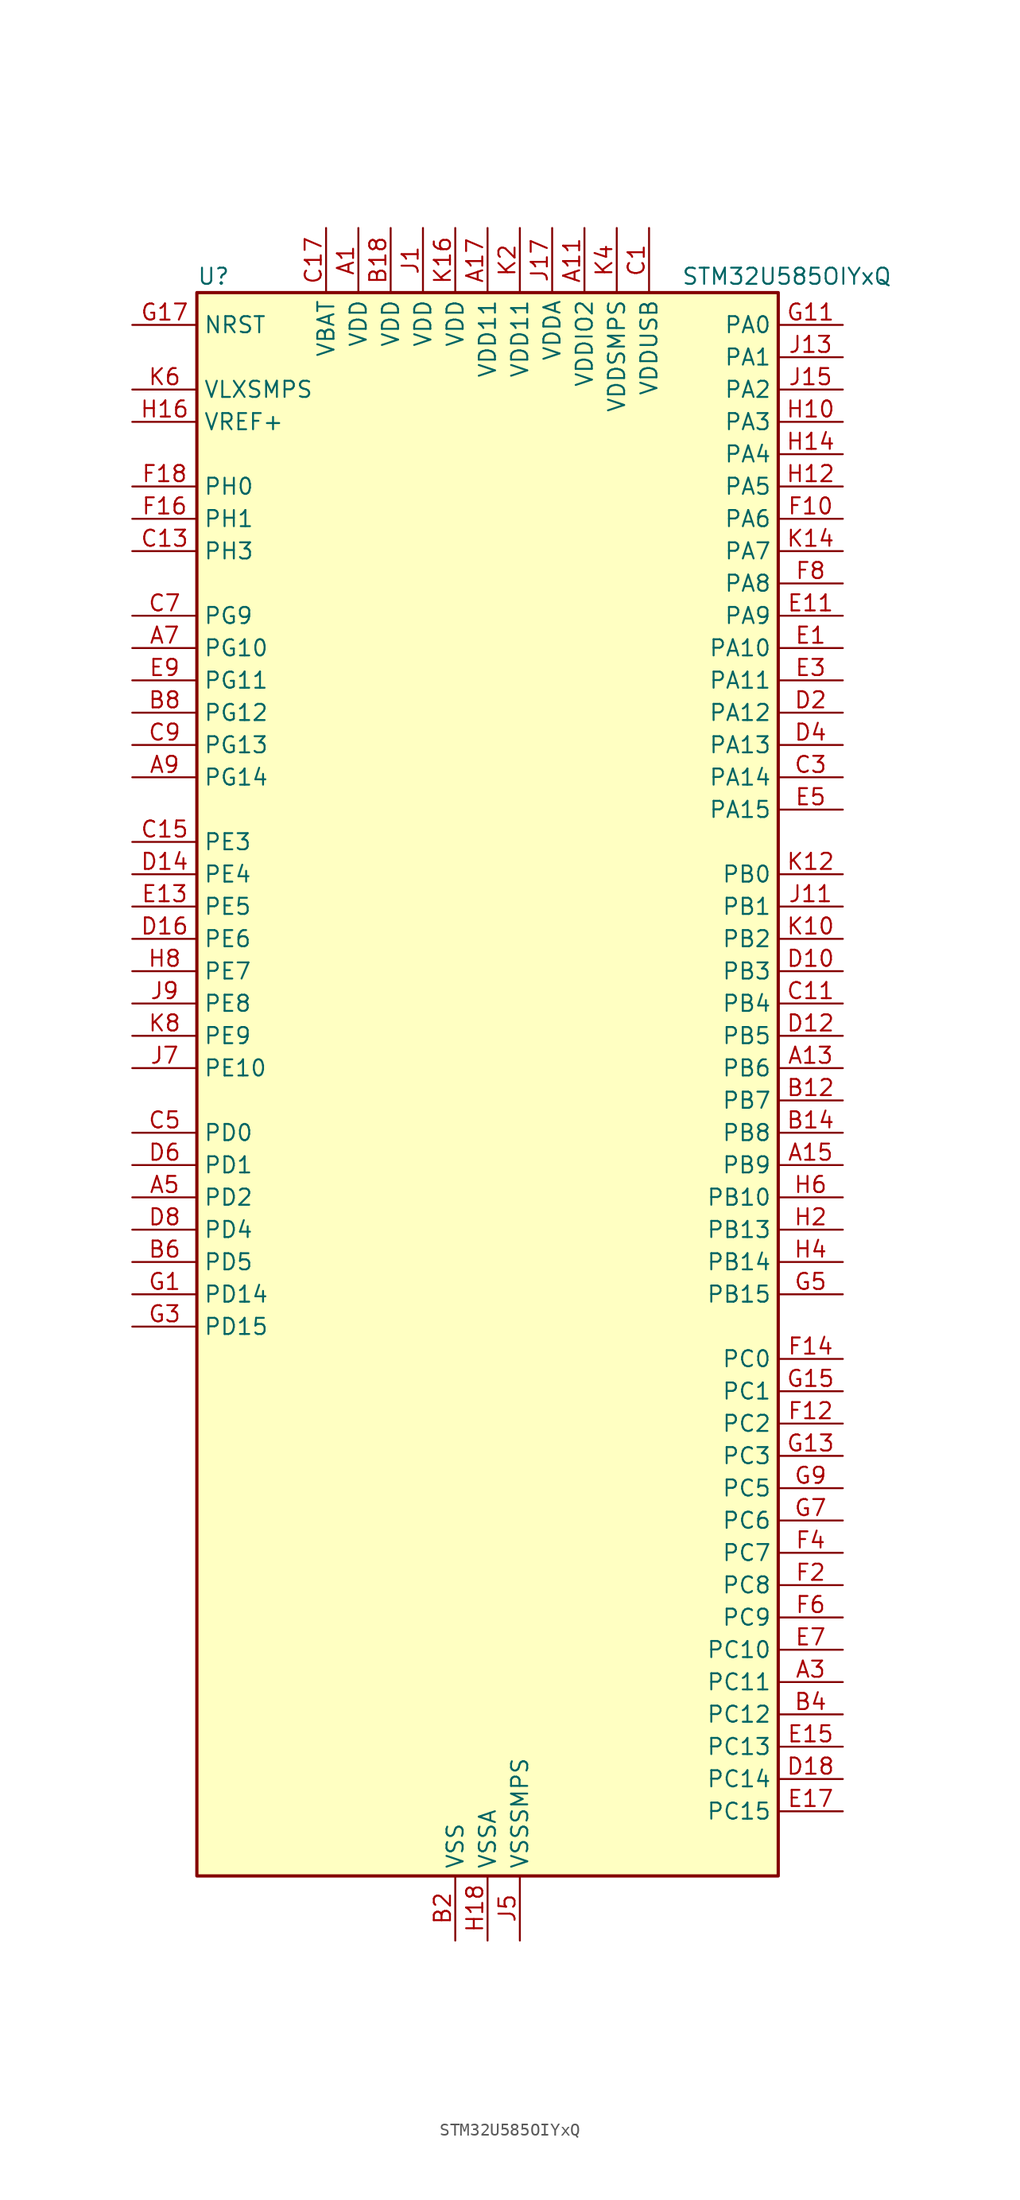
<source format=kicad_sym>
(kicad_symbol_lib
  (version 20211014)
  (generator kicad-library-utils)
  (symbol "STM32U585OIYxQ"
    (property "Reference" "U"
      (at -22.86 64.77 0)
      (effects (font (size 1.27 1.27)) (justify left)))
    (property "Value" "STM32U585OIYxQ"
      (at 15.24 64.77 0)
      (effects (font (size 1.27 1.27)) (justify left)))
    (property "ki_fp_filters" "*"
      (at 0.0 0.0 0.0)
      (effects (font (size 1.27 1.27))))
    (symbol "STM32U585OIYxQ_0_1"
      (rectangle (start -22.86 -60.96) (end 22.86 63.5) (stroke (width 0.254)) (fill (type background))))
    (symbol "STM32U585OIYxQ_1_1"
      (pin input line (at -27.94 60.96 0) (length 5.08) (name "NRST" (effects (font (size 1.27 1.27)))) (number "G17" (effects (font (size 1.27 1.27)))))
      (pin power_in line (at -27.94 55.88 0) (length 5.08) (name "VLXSMPS" (effects (font (size 1.27 1.27)))) (number "K6" (effects (font (size 1.27 1.27)))))
      (pin input line (at -27.94 53.34 0) (length 5.08) (name "VREF+" (effects (font (size 1.27 1.27)))) (number "H16" (effects (font (size 1.27 1.27)))) (alternate "VREFBUF_OUT" bidirectional line))
      (pin bidirectional line (at -27.94 48.26 0) (length 5.08) (name "PH0" (effects (font (size 1.27 1.27)))) (number "F18" (effects (font (size 1.27 1.27)))) (alternate "RCC_OSC_IN" bidirectional line))
      (pin bidirectional line (at -27.94 45.72 0) (length 5.08) (name "PH1" (effects (font (size 1.27 1.27)))) (number "F16" (effects (font (size 1.27 1.27)))) (alternate "RCC_OSC_OUT" bidirectional line))
      (pin bidirectional line (at -27.94 43.18 0) (length 5.08) (name "PH3" (effects (font (size 1.27 1.27)))) (number "C13" (effects (font (size 1.27 1.27)))))
      (pin bidirectional line (at -27.94 38.1 0) (length 5.08) (name "PG9" (effects (font (size 1.27 1.27)))) (number "C7" (effects (font (size 1.27 1.27)))) (alternate "DAC1_EXTI9" bidirectional line) (alternate "FMC_NCE" bidirectional line) (alternate "FMC_NE2" bidirectional line) (alternate "OCTOSPIM_P2_IO6" bidirectional line) (alternate "SPI3_SCK" bidirectional line) (alternate "TIM15_CH1N" bidirectional line) (alternate "USART1_TX" bidirectional line))
      (pin bidirectional line (at -27.94 35.56 0) (length 5.08) (name "PG10" (effects (font (size 1.27 1.27)))) (number "A7" (effects (font (size 1.27 1.27)))) (alternate "FMC_NE3" bidirectional line) (alternate "LPTIM1_IN1" bidirectional line) (alternate "OCTOSPIM_P2_IO7" bidirectional line) (alternate "SPI3_MISO" bidirectional line) (alternate "TIM15_CH1" bidirectional line) (alternate "USART1_RX" bidirectional line))
      (pin bidirectional line (at -27.94 33.02 0) (length 5.08) (name "PG11" (effects (font (size 1.27 1.27)))) (number "E9" (effects (font (size 1.27 1.27)))) (alternate "ADC1_EXTI11" bidirectional line) (alternate "LPTIM1_IN2" bidirectional line) (alternate "OCTOSPIM_P1_IO5" bidirectional line) (alternate "SPI3_MOSI" bidirectional line) (alternate "TIM15_CH2" bidirectional line) (alternate "USART1_CTS" bidirectional line))
      (pin bidirectional line (at -27.94 30.48 0) (length 5.08) (name "PG12" (effects (font (size 1.27 1.27)))) (number "B8" (effects (font (size 1.27 1.27)))) (alternate "FMC_NE4" bidirectional line) (alternate "LPTIM1_ETR" bidirectional line) (alternate "OCTOSPIM_P2_NCS" bidirectional line) (alternate "SPI3_NSS" bidirectional line) (alternate "USART1_DE" bidirectional line) (alternate "USART1_RTS" bidirectional line))
      (pin bidirectional line (at -27.94 27.94 0) (length 5.08) (name "PG13" (effects (font (size 1.27 1.27)))) (number "C9" (effects (font (size 1.27 1.27)))) (alternate "FMC_A24" bidirectional line) (alternate "I2C1_SDA" bidirectional line) (alternate "SPI3_RDY" bidirectional line) (alternate "USART1_CK" bidirectional line))
      (pin bidirectional line (at -27.94 25.4 0) (length 5.08) (name "PG14" (effects (font (size 1.27 1.27)))) (number "A9" (effects (font (size 1.27 1.27)))) (alternate "FMC_A25" bidirectional line) (alternate "I2C1_SCL" bidirectional line) (alternate "LPTIM1_CH2" bidirectional line))
      (pin bidirectional line (at -27.94 20.32 0) (length 5.08) (name "PE3" (effects (font (size 1.27 1.27)))) (number "C15" (effects (font (size 1.27 1.27)))) (alternate "DEBUG_TRACED0" bidirectional line) (alternate "FMC_A19" bidirectional line) (alternate "OCTOSPIM_P1_DQS" bidirectional line) (alternate "SAI1_SD_B" bidirectional line) (alternate "TAMP_IN6" bidirectional line) (alternate "TAMP_OUT3" bidirectional line) (alternate "TIM3_CH1" bidirectional line) (alternate "TSC_G7_IO2" bidirectional line))
      (pin bidirectional line (at -27.94 17.78 0) (length 5.08) (name "PE4" (effects (font (size 1.27 1.27)))) (number "D14" (effects (font (size 1.27 1.27)))) (alternate "DCMI_D4" bidirectional line) (alternate "DEBUG_TRACED1" bidirectional line) (alternate "FMC_A20" bidirectional line) (alternate "MDF1_SDI3" bidirectional line) (alternate "PSSI_D4" bidirectional line) (alternate "PWR_WKUP1" bidirectional line) (alternate "SAI1_D2" bidirectional line) (alternate "SAI1_FS_A" bidirectional line) (alternate "TAMP_IN7" bidirectional line) (alternate "TAMP_OUT8" bidirectional line) (alternate "TIM3_CH2" bidirectional line) (alternate "TSC_G7_IO3" bidirectional line))
      (pin bidirectional line (at -27.94 15.24 0) (length 5.08) (name "PE5" (effects (font (size 1.27 1.27)))) (number "E13" (effects (font (size 1.27 1.27)))) (alternate "DCMI_D6" bidirectional line) (alternate "DEBUG_TRACED2" bidirectional line) (alternate "FMC_A21" bidirectional line) (alternate "MDF1_CKI3" bidirectional line) (alternate "PSSI_D6" bidirectional line) (alternate "PWR_WKUP2" bidirectional line) (alternate "SAI1_CK2" bidirectional line) (alternate "SAI1_SCK_A" bidirectional line) (alternate "TAMP_IN8" bidirectional line) (alternate "TAMP_OUT7" bidirectional line) (alternate "TIM3_CH3" bidirectional line) (alternate "TSC_G7_IO4" bidirectional line))
      (pin bidirectional line (at -27.94 12.7 0) (length 5.08) (name "PE6" (effects (font (size 1.27 1.27)))) (number "D16" (effects (font (size 1.27 1.27)))) (alternate "DCMI_D7" bidirectional line) (alternate "DEBUG_TRACED3" bidirectional line) (alternate "FMC_A22" bidirectional line) (alternate "PSSI_D7" bidirectional line) (alternate "PWR_WKUP3" bidirectional line) (alternate "SAI1_D1" bidirectional line) (alternate "SAI1_SD_A" bidirectional line) (alternate "TAMP_IN3" bidirectional line) (alternate "TAMP_OUT6" bidirectional line) (alternate "TIM3_CH4" bidirectional line))
      (pin bidirectional line (at -27.94 10.16 0) (length 5.08) (name "PE7" (effects (font (size 1.27 1.27)))) (number "H8" (effects (font (size 1.27 1.27)))) (alternate "FMC_D4" bidirectional line) (alternate "FMC_DA4" bidirectional line) (alternate "MDF1_SDI2" bidirectional line) (alternate "PWR_WKUP6" bidirectional line) (alternate "SAI1_SD_B" bidirectional line) (alternate "TIM1_ETR" bidirectional line))
      (pin bidirectional line (at -27.94 7.62 0) (length 5.08) (name "PE8" (effects (font (size 1.27 1.27)))) (number "J9" (effects (font (size 1.27 1.27)))) (alternate "FMC_D5" bidirectional line) (alternate "FMC_DA5" bidirectional line) (alternate "MDF1_CKI2" bidirectional line) (alternate "PWR_WKUP7" bidirectional line) (alternate "SAI1_SCK_B" bidirectional line) (alternate "TIM1_CH1N" bidirectional line))
      (pin bidirectional line (at -27.94 5.08 0) (length 5.08) (name "PE9" (effects (font (size 1.27 1.27)))) (number "K8" (effects (font (size 1.27 1.27)))) (alternate "ADF1_CCK0" bidirectional line) (alternate "DAC1_EXTI9" bidirectional line) (alternate "FMC_D6" bidirectional line) (alternate "FMC_DA6" bidirectional line) (alternate "MDF1_CCK0" bidirectional line) (alternate "OCTOSPIM_P1_NCLK" bidirectional line) (alternate "SAI1_FS_B" bidirectional line) (alternate "TIM1_CH1" bidirectional line))
      (pin bidirectional line (at -27.94 2.54 0) (length 5.08) (name "PE10" (effects (font (size 1.27 1.27)))) (number "J7" (effects (font (size 1.27 1.27)))) (alternate "ADF1_SDI0" bidirectional line) (alternate "FMC_D7" bidirectional line) (alternate "FMC_DA7" bidirectional line) (alternate "MDF1_SDI4" bidirectional line) (alternate "OCTOSPIM_P1_CLK" bidirectional line) (alternate "SAI1_MCLK_B" bidirectional line) (alternate "TIM1_CH2N" bidirectional line) (alternate "TSC_G5_IO1" bidirectional line))
      (pin bidirectional line (at -27.94 -2.54 0) (length 5.08) (name "PD0" (effects (font (size 1.27 1.27)))) (number "C5" (effects (font (size 1.27 1.27)))) (alternate "FDCAN1_RX" bidirectional line) (alternate "FMC_D2" bidirectional line) (alternate "FMC_DA2" bidirectional line) (alternate "SPI2_NSS" bidirectional line) (alternate "TIM8_CH4N" bidirectional line))
      (pin bidirectional line (at -27.94 -5.08 0) (length 5.08) (name "PD1" (effects (font (size 1.27 1.27)))) (number "D6" (effects (font (size 1.27 1.27)))) (alternate "FDCAN1_TX" bidirectional line) (alternate "FMC_D3" bidirectional line) (alternate "FMC_DA3" bidirectional line) (alternate "SPI2_SCK" bidirectional line))
      (pin bidirectional line (at -27.94 -7.62 0) (length 5.08) (name "PD2" (effects (font (size 1.27 1.27)))) (number "A5" (effects (font (size 1.27 1.27)))) (alternate "DCMI_D11" bidirectional line) (alternate "DEBUG_TRACED2" bidirectional line) (alternate "LPTIM4_ETR" bidirectional line) (alternate "PSSI_D11" bidirectional line) (alternate "SDMMC1_CMD" bidirectional line) (alternate "TIM3_ETR" bidirectional line) (alternate "TSC_SYNC" bidirectional line) (alternate "UART5_RX" bidirectional line) (alternate "USART3_DE" bidirectional line) (alternate "USART3_RTS" bidirectional line))
      (pin bidirectional line (at -27.94 -10.16 0) (length 5.08) (name "PD4" (effects (font (size 1.27 1.27)))) (number "D8" (effects (font (size 1.27 1.27)))) (alternate "FMC_NOE" bidirectional line) (alternate "MDF1_CKI0" bidirectional line) (alternate "OCTOSPIM_P1_IO4" bidirectional line) (alternate "SPI2_MOSI" bidirectional line) (alternate "USART2_DE" bidirectional line) (alternate "USART2_RTS" bidirectional line))
      (pin bidirectional line (at -27.94 -12.7 0) (length 5.08) (name "PD5" (effects (font (size 1.27 1.27)))) (number "B6" (effects (font (size 1.27 1.27)))) (alternate "FMC_NWE" bidirectional line) (alternate "OCTOSPIM_P1_IO5" bidirectional line) (alternate "SPI2_RDY" bidirectional line) (alternate "USART2_TX" bidirectional line))
      (pin bidirectional line (at -27.94 -15.24 0) (length 5.08) (name "PD14" (effects (font (size 1.27 1.27)))) (number "G1" (effects (font (size 1.27 1.27)))) (alternate "FMC_D0" bidirectional line) (alternate "FMC_DA0" bidirectional line) (alternate "LPTIM3_CH1" bidirectional line) (alternate "TIM4_CH3" bidirectional line))
      (pin bidirectional line (at -27.94 -17.78 0) (length 5.08) (name "PD15" (effects (font (size 1.27 1.27)))) (number "G3" (effects (font (size 1.27 1.27)))) (alternate "ADC1_EXTI15" bidirectional line) (alternate "ADC4_EXTI15" bidirectional line) (alternate "FMC_D1" bidirectional line) (alternate "FMC_DA1" bidirectional line) (alternate "LPTIM3_CH2" bidirectional line) (alternate "TIM4_CH4" bidirectional line))
      (pin bidirectional line (at 27.94 60.96 180) (length 5.08) (name "PA0" (effects (font (size 1.27 1.27)))) (number "G11" (effects (font (size 1.27 1.27)))) (alternate "ADC1_IN5" bidirectional line) (alternate "AUDIOCLK" bidirectional line) (alternate "OCTOSPIM_P2_NCS" bidirectional line) (alternate "OPAMP1_VINP" bidirectional line) (alternate "PWR_WKUP1" bidirectional line) (alternate "SDMMC2_CMD" bidirectional line) (alternate "SPI3_RDY" bidirectional line) (alternate "TAMP_IN2" bidirectional line) (alternate "TAMP_OUT1" bidirectional line) (alternate "TIM2_CH1" bidirectional line) (alternate "TIM2_ETR" bidirectional line) (alternate "TIM5_CH1" bidirectional line) (alternate "TIM8_ETR" bidirectional line) (alternate "UART4_TX" bidirectional line) (alternate "USART2_CTS" bidirectional line))
      (pin bidirectional line (at 27.94 58.42 180) (length 5.08) (name "PA1" (effects (font (size 1.27 1.27)))) (number "J13" (effects (font (size 1.27 1.27)))) (alternate "ADC1_IN6" bidirectional line) (alternate "I2C1_SMBA" bidirectional line) (alternate "LPTIM1_CH2" bidirectional line) (alternate "OCTOSPIM_P1_DQS" bidirectional line) (alternate "OPAMP1_VINM" bidirectional line) (alternate "PWR_WKUP3" bidirectional line) (alternate "SPI1_SCK" bidirectional line) (alternate "TAMP_IN5" bidirectional line) (alternate "TAMP_OUT4" bidirectional line) (alternate "TIM15_CH1N" bidirectional line) (alternate "TIM2_CH2" bidirectional line) (alternate "TIM5_CH2" bidirectional line) (alternate "UART4_RX" bidirectional line) (alternate "USART2_DE" bidirectional line) (alternate "USART2_RTS" bidirectional line))
      (pin bidirectional line (at 27.94 55.88 180) (length 5.08) (name "PA2" (effects (font (size 1.27 1.27)))) (number "J15" (effects (font (size 1.27 1.27)))) (alternate "ADC1_IN7" bidirectional line) (alternate "COMP1_INP" bidirectional line) (alternate "LPUART1_TX" bidirectional line) (alternate "OCTOSPIM_P1_NCS" bidirectional line) (alternate "PWR_WKUP4" bidirectional line) (alternate "RCC_LSCO" bidirectional line) (alternate "SPI1_RDY" bidirectional line) (alternate "TIM15_CH1" bidirectional line) (alternate "TIM2_CH3" bidirectional line) (alternate "TIM5_CH3" bidirectional line) (alternate "UCPD1_FRSTX1" bidirectional line) (alternate "USART2_TX" bidirectional line))
      (pin bidirectional line (at 27.94 53.34 180) (length 5.08) (name "PA3" (effects (font (size 1.27 1.27)))) (number "H10" (effects (font (size 1.27 1.27)))) (alternate "ADC1_IN8" bidirectional line) (alternate "LPUART1_RX" bidirectional line) (alternate "OCTOSPIM_P1_CLK" bidirectional line) (alternate "OPAMP1_VOUT" bidirectional line) (alternate "PWR_WKUP5" bidirectional line) (alternate "SAI1_CK1" bidirectional line) (alternate "SAI1_MCLK_A" bidirectional line) (alternate "TIM15_CH2" bidirectional line) (alternate "TIM2_CH4" bidirectional line) (alternate "TIM5_CH4" bidirectional line) (alternate "USART2_RX" bidirectional line))
      (pin bidirectional line (at 27.94 50.8 180) (length 5.08) (name "PA4" (effects (font (size 1.27 1.27)))) (number "H14" (effects (font (size 1.27 1.27)))) (alternate "ADC1_IN9" bidirectional line) (alternate "ADC4_IN9" bidirectional line) (alternate "DAC1_OUT1" bidirectional line) (alternate "DCMI_HSYNC" bidirectional line) (alternate "LPTIM2_CH1" bidirectional line) (alternate "OCTOSPIM_P1_NCS" bidirectional line) (alternate "PSSI_DE" bidirectional line) (alternate "PWR_WKUP2" bidirectional line) (alternate "SAI1_FS_B" bidirectional line) (alternate "SPI1_NSS" bidirectional line) (alternate "SPI3_NSS" bidirectional line) (alternate "USART2_CK" bidirectional line))
      (pin bidirectional line (at 27.94 48.26 180) (length 5.08) (name "PA5" (effects (font (size 1.27 1.27)))) (number "H12" (effects (font (size 1.27 1.27)))) (alternate "ADC1_IN10" bidirectional line) (alternate "ADC4_IN10" bidirectional line) (alternate "DAC1_OUT2" bidirectional line) (alternate "LPTIM2_ETR" bidirectional line) (alternate "PSSI_D14" bidirectional line) (alternate "PWR_CSLEEP" bidirectional line) (alternate "PWR_WKUP6" bidirectional line) (alternate "SPI1_SCK" bidirectional line) (alternate "TIM2_CH1" bidirectional line) (alternate "TIM2_ETR" bidirectional line) (alternate "TIM8_CH1N" bidirectional line) (alternate "USART3_RX" bidirectional line))
      (pin bidirectional line (at 27.94 45.72 180) (length 5.08) (name "PA6" (effects (font (size 1.27 1.27)))) (number "F10" (effects (font (size 1.27 1.27)))) (alternate "ADC1_IN11" bidirectional line) (alternate "ADC4_IN11" bidirectional line) (alternate "DCMI_PIXCLK" bidirectional line) (alternate "LPUART1_CTS" bidirectional line) (alternate "OCTOSPIM_P1_IO3" bidirectional line) (alternate "OPAMP2_VINP" bidirectional line) (alternate "PSSI_PDCK" bidirectional line) (alternate "PWR_CDSTOP" bidirectional line) (alternate "PWR_WKUP7" bidirectional line) (alternate "SPI1_MISO" bidirectional line) (alternate "TIM16_CH1" bidirectional line) (alternate "TIM1_BKIN" bidirectional line) (alternate "TIM3_CH1" bidirectional line) (alternate "TIM8_BKIN" bidirectional line) (alternate "USART3_CTS" bidirectional line))
      (pin bidirectional line (at 27.94 43.18 180) (length 5.08) (name "PA7" (effects (font (size 1.27 1.27)))) (number "K14" (effects (font (size 1.27 1.27)))) (alternate "ADC1_IN12" bidirectional line) (alternate "ADC4_IN20" bidirectional line) (alternate "I2C3_SCL" bidirectional line) (alternate "LPTIM2_CH2" bidirectional line) (alternate "OCTOSPIM_P1_IO2" bidirectional line) (alternate "OPAMP2_VINM" bidirectional line) (alternate "PWR_SRDSTOP" bidirectional line) (alternate "PWR_WKUP8" bidirectional line) (alternate "SPI1_MOSI" bidirectional line) (alternate "TIM17_CH1" bidirectional line) (alternate "TIM1_CH1N" bidirectional line) (alternate "TIM3_CH2" bidirectional line) (alternate "TIM8_CH1N" bidirectional line) (alternate "USART3_TX" bidirectional line))
      (pin bidirectional line (at 27.94 40.64 180) (length 5.08) (name "PA8" (effects (font (size 1.27 1.27)))) (number "F8" (effects (font (size 1.27 1.27)))) (alternate "DEBUG_TRACECLK" bidirectional line) (alternate "LPTIM2_CH1" bidirectional line) (alternate "RCC_MCO" bidirectional line) (alternate "SAI1_CK2" bidirectional line) (alternate "SAI1_SCK_A" bidirectional line) (alternate "SPI1_RDY" bidirectional line) (alternate "TIM1_CH1" bidirectional line) (alternate "USART1_CK" bidirectional line) (alternate "USB_OTG_FS_SOF" bidirectional line))
      (pin bidirectional line (at 27.94 38.1 180) (length 5.08) (name "PA9" (effects (font (size 1.27 1.27)))) (number "E11" (effects (font (size 1.27 1.27)))) (alternate "DAC1_EXTI9" bidirectional line) (alternate "DCMI_D0" bidirectional line) (alternate "PSSI_D0" bidirectional line) (alternate "SAI1_FS_A" bidirectional line) (alternate "SPI2_SCK" bidirectional line) (alternate "TIM15_BKIN" bidirectional line) (alternate "TIM1_CH2" bidirectional line) (alternate "USART1_TX" bidirectional line) (alternate "USB_OTG_FS_VBUS" bidirectional line))
      (pin bidirectional line (at 27.94 35.56 180) (length 5.08) (name "PA10" (effects (font (size 1.27 1.27)))) (number "E1" (effects (font (size 1.27 1.27)))) (alternate "CRS_SYNC" bidirectional line) (alternate "DCMI_D1" bidirectional line) (alternate "LPTIM2_IN2" bidirectional line) (alternate "PSSI_D1" bidirectional line) (alternate "SAI1_D1" bidirectional line) (alternate "SAI1_SD_A" bidirectional line) (alternate "TIM17_BKIN" bidirectional line) (alternate "TIM1_CH3" bidirectional line) (alternate "USART1_RX" bidirectional line) (alternate "USB_OTG_FS_ID" bidirectional line))
      (pin bidirectional line (at 27.94 33.02 180) (length 5.08) (name "PA11" (effects (font (size 1.27 1.27)))) (number "E3" (effects (font (size 1.27 1.27)))) (alternate "ADC1_EXTI11" bidirectional line) (alternate "FDCAN1_RX" bidirectional line) (alternate "SPI1_MISO" bidirectional line) (alternate "TIM1_BKIN2" bidirectional line) (alternate "TIM1_CH4" bidirectional line) (alternate "USART1_CTS" bidirectional line) (alternate "USB_OTG_FS_DM" bidirectional line))
      (pin bidirectional line (at 27.94 30.48 180) (length 5.08) (name "PA12" (effects (font (size 1.27 1.27)))) (number "D2" (effects (font (size 1.27 1.27)))) (alternate "FDCAN1_TX" bidirectional line) (alternate "OCTOSPIM_P2_NCS" bidirectional line) (alternate "SPI1_MOSI" bidirectional line) (alternate "TIM1_ETR" bidirectional line) (alternate "USART1_DE" bidirectional line) (alternate "USART1_RTS" bidirectional line) (alternate "USB_OTG_FS_DP" bidirectional line))
      (pin bidirectional line (at 27.94 27.94 180) (length 5.08) (name "PA13" (effects (font (size 1.27 1.27)))) (number "D4" (effects (font (size 1.27 1.27)))) (alternate "DEBUG_JTMS-SWDIO" bidirectional line) (alternate "IR_OUT" bidirectional line) (alternate "SAI1_SD_B" bidirectional line) (alternate "USB_OTG_FS_NOE" bidirectional line))
      (pin bidirectional line (at 27.94 25.4 180) (length 5.08) (name "PA14" (effects (font (size 1.27 1.27)))) (number "C3" (effects (font (size 1.27 1.27)))) (alternate "DEBUG_JTCK-SWCLK" bidirectional line) (alternate "I2C1_SMBA" bidirectional line) (alternate "I2C4_SMBA" bidirectional line) (alternate "LPTIM1_CH1" bidirectional line) (alternate "SAI1_FS_B" bidirectional line) (alternate "USB_OTG_FS_SOF" bidirectional line))
      (pin bidirectional line (at 27.94 22.86 180) (length 5.08) (name "PA15" (effects (font (size 1.27 1.27)))) (number "E5" (effects (font (size 1.27 1.27)))) (alternate "ADC1_EXTI15" bidirectional line) (alternate "ADC4_EXTI15" bidirectional line) (alternate "DEBUG_JTDI" bidirectional line) (alternate "SPI1_NSS" bidirectional line) (alternate "SPI3_NSS" bidirectional line) (alternate "TIM2_CH1" bidirectional line) (alternate "TIM2_ETR" bidirectional line) (alternate "UART4_DE" bidirectional line) (alternate "UART4_RTS" bidirectional line) (alternate "UCPD1_CC1" bidirectional line) (alternate "USART2_RX" bidirectional line) (alternate "USART3_DE" bidirectional line) (alternate "USART3_RTS" bidirectional line))
      (pin bidirectional line (at 27.94 17.78 180) (length 5.08) (name "PB0" (effects (font (size 1.27 1.27)))) (number "K12" (effects (font (size 1.27 1.27)))) (alternate "ADC1_IN15" bidirectional line) (alternate "ADC4_IN18" bidirectional line) (alternate "AUDIOCLK" bidirectional line) (alternate "COMP1_OUT" bidirectional line) (alternate "LPTIM3_CH1" bidirectional line) (alternate "OCTOSPIM_P1_IO1" bidirectional line) (alternate "OPAMP2_VOUT" bidirectional line) (alternate "SPI1_NSS" bidirectional line) (alternate "TIM1_CH2N" bidirectional line) (alternate "TIM3_CH3" bidirectional line) (alternate "TIM8_CH2N" bidirectional line) (alternate "USART3_CK" bidirectional line))
      (pin bidirectional line (at 27.94 15.24 180) (length 5.08) (name "PB1" (effects (font (size 1.27 1.27)))) (number "J11" (effects (font (size 1.27 1.27)))) (alternate "ADC1_IN16" bidirectional line) (alternate "ADC4_IN19" bidirectional line) (alternate "COMP1_INM" bidirectional line) (alternate "LPTIM2_IN1" bidirectional line) (alternate "LPTIM3_CH2" bidirectional line) (alternate "LPUART1_DE" bidirectional line) (alternate "LPUART1_RTS" bidirectional line) (alternate "MDF1_SDI0" bidirectional line) (alternate "OCTOSPIM_P1_IO0" bidirectional line) (alternate "PWR_WKUP4" bidirectional line) (alternate "TIM1_CH3N" bidirectional line) (alternate "TIM3_CH4" bidirectional line) (alternate "TIM8_CH3N" bidirectional line) (alternate "USART3_DE" bidirectional line) (alternate "USART3_RTS" bidirectional line))
      (pin bidirectional line (at 27.94 12.7 180) (length 5.08) (name "PB2" (effects (font (size 1.27 1.27)))) (number "K10" (effects (font (size 1.27 1.27)))) (alternate "ADC1_IN17" bidirectional line) (alternate "COMP1_INP" bidirectional line) (alternate "I2C3_SMBA" bidirectional line) (alternate "LPTIM1_CH1" bidirectional line) (alternate "MDF1_CKI0" bidirectional line) (alternate "OCTOSPIM_P1_DQS" bidirectional line) (alternate "PWR_WKUP1" bidirectional line) (alternate "RTC_OUT2" bidirectional line) (alternate "SPI1_RDY" bidirectional line) (alternate "TIM8_CH4N" bidirectional line) (alternate "UCPD1_FRSTX1" bidirectional line))
      (pin bidirectional line (at 27.94 10.16 180) (length 5.08) (name "PB3" (effects (font (size 1.27 1.27)))) (number "D10" (effects (font (size 1.27 1.27)))) (alternate "ADF1_CCK0" bidirectional line) (alternate "COMP2_INM" bidirectional line) (alternate "CRS_SYNC" bidirectional line) (alternate "DEBUG_JTDO-SWO" bidirectional line) (alternate "I2C1_SDA" bidirectional line) (alternate "LPTIM1_CH1" bidirectional line) (alternate "SAI1_SCK_B" bidirectional line) (alternate "SDMMC2_D2" bidirectional line) (alternate "SPI1_SCK" bidirectional line) (alternate "SPI3_SCK" bidirectional line) (alternate "TIM2_CH2" bidirectional line) (alternate "USART1_DE" bidirectional line) (alternate "USART1_RTS" bidirectional line))
      (pin bidirectional line (at 27.94 7.62 180) (length 5.08) (name "PB4" (effects (font (size 1.27 1.27)))) (number "C11" (effects (font (size 1.27 1.27)))) (alternate "ADF1_SDI0" bidirectional line) (alternate "COMP2_INP" bidirectional line) (alternate "DCMI_D12" bidirectional line) (alternate "DEBUG_JTRST" bidirectional line) (alternate "I2C3_SDA" bidirectional line) (alternate "LPTIM1_CH2" bidirectional line) (alternate "PSSI_D12" bidirectional line) (alternate "SAI1_MCLK_B" bidirectional line) (alternate "SDMMC2_D3" bidirectional line) (alternate "SPI1_MISO" bidirectional line) (alternate "SPI3_MISO" bidirectional line) (alternate "TIM17_BKIN" bidirectional line) (alternate "TIM3_CH1" bidirectional line) (alternate "TSC_G2_IO1" bidirectional line) (alternate "UART5_DE" bidirectional line) (alternate "UART5_RTS" bidirectional line) (alternate "USART1_CTS" bidirectional line))
      (pin bidirectional line (at 27.94 5.08 180) (length 5.08) (name "PB5" (effects (font (size 1.27 1.27)))) (number "D12" (effects (font (size 1.27 1.27)))) (alternate "COMP2_OUT" bidirectional line) (alternate "DCMI_D10" bidirectional line) (alternate "I2C1_SMBA" bidirectional line) (alternate "LPTIM1_IN1" bidirectional line) (alternate "OCTOSPIM_P1_NCLK" bidirectional line) (alternate "PSSI_D10" bidirectional line) (alternate "PWR_WKUP6" bidirectional line) (alternate "SAI1_SD_B" bidirectional line) (alternate "SPI1_MOSI" bidirectional line) (alternate "SPI3_MOSI" bidirectional line) (alternate "TIM16_BKIN" bidirectional line) (alternate "TIM3_CH2" bidirectional line) (alternate "TSC_G2_IO2" bidirectional line) (alternate "UART5_CTS" bidirectional line) (alternate "UCPD1_DBCC1" bidirectional line) (alternate "USART1_CK" bidirectional line))
      (pin bidirectional line (at 27.94 2.54 180) (length 5.08) (name "PB6" (effects (font (size 1.27 1.27)))) (number "A13" (effects (font (size 1.27 1.27)))) (alternate "COMP2_INP" bidirectional line) (alternate "DCMI_D5" bidirectional line) (alternate "I2C1_SCL" bidirectional line) (alternate "I2C4_SCL" bidirectional line) (alternate "LPTIM1_ETR" bidirectional line) (alternate "MDF1_SDI5" bidirectional line) (alternate "PSSI_D5" bidirectional line) (alternate "PWR_WKUP3" bidirectional line) (alternate "SAI1_FS_B" bidirectional line) (alternate "TIM16_CH1N" bidirectional line) (alternate "TIM4_CH1" bidirectional line) (alternate "TIM8_BKIN2" bidirectional line) (alternate "TSC_G2_IO3" bidirectional line) (alternate "USART1_TX" bidirectional line))
      (pin bidirectional line (at 27.94 0.0 180) (length 5.08) (name "PB7" (effects (font (size 1.27 1.27)))) (number "B12" (effects (font (size 1.27 1.27)))) (alternate "COMP2_INM" bidirectional line) (alternate "DCMI_VSYNC" bidirectional line) (alternate "FMC_NL" bidirectional line) (alternate "I2C1_SDA" bidirectional line) (alternate "I2C4_SDA" bidirectional line) (alternate "LPTIM1_IN2" bidirectional line) (alternate "MDF1_CKI5" bidirectional line) (alternate "PSSI_RDY" bidirectional line) (alternate "PWR_PVD_IN" bidirectional line) (alternate "PWR_WKUP4" bidirectional line) (alternate "TIM17_CH1N" bidirectional line) (alternate "TIM4_CH2" bidirectional line) (alternate "TIM8_BKIN" bidirectional line) (alternate "TSC_G2_IO4" bidirectional line) (alternate "UART4_CTS" bidirectional line) (alternate "USART1_RX" bidirectional line))
      (pin bidirectional line (at 27.94 -2.54 180) (length 5.08) (name "PB8" (effects (font (size 1.27 1.27)))) (number "B14" (effects (font (size 1.27 1.27)))) (alternate "DCMI_D6" bidirectional line) (alternate "FDCAN1_RX" bidirectional line) (alternate "I2C1_SCL" bidirectional line) (alternate "MDF1_CCK0" bidirectional line) (alternate "PSSI_D6" bidirectional line) (alternate "PWR_WKUP5" bidirectional line) (alternate "SAI1_CK1" bidirectional line) (alternate "SAI1_MCLK_A" bidirectional line) (alternate "SDMMC1_CKIN" bidirectional line) (alternate "SDMMC1_D4" bidirectional line) (alternate "SDMMC2_D4" bidirectional line) (alternate "SPI3_RDY" bidirectional line) (alternate "TIM16_CH1" bidirectional line) (alternate "TIM4_CH3" bidirectional line))
      (pin bidirectional line (at 27.94 -5.08 180) (length 5.08) (name "PB9" (effects (font (size 1.27 1.27)))) (number "A15" (effects (font (size 1.27 1.27)))) (alternate "DAC1_EXTI9" bidirectional line) (alternate "DCMI_D7" bidirectional line) (alternate "FDCAN1_TX" bidirectional line) (alternate "I2C1_SDA" bidirectional line) (alternate "IR_OUT" bidirectional line) (alternate "PSSI_D7" bidirectional line) (alternate "SAI1_D2" bidirectional line) (alternate "SAI1_FS_A" bidirectional line) (alternate "SDMMC1_CDIR" bidirectional line) (alternate "SDMMC1_D5" bidirectional line) (alternate "SDMMC2_D5" bidirectional line) (alternate "SPI2_NSS" bidirectional line) (alternate "TIM17_CH1" bidirectional line) (alternate "TIM4_CH4" bidirectional line))
      (pin bidirectional line (at 27.94 -7.62 180) (length 5.08) (name "PB10" (effects (font (size 1.27 1.27)))) (number "H6" (effects (font (size 1.27 1.27)))) (alternate "COMP1_OUT" bidirectional line) (alternate "I2C2_SCL" bidirectional line) (alternate "I2C4_SCL" bidirectional line) (alternate "LPTIM3_CH1" bidirectional line) (alternate "LPUART1_RX" bidirectional line) (alternate "OCTOSPIM_P1_CLK" bidirectional line) (alternate "PWR_WKUP8" bidirectional line) (alternate "SAI1_SCK_A" bidirectional line) (alternate "SPI2_SCK" bidirectional line) (alternate "TIM2_CH3" bidirectional line) (alternate "TSC_SYNC" bidirectional line) (alternate "USART3_TX" bidirectional line))
      (pin bidirectional line (at 27.94 -10.16 180) (length 5.08) (name "PB13" (effects (font (size 1.27 1.27)))) (number "H2" (effects (font (size 1.27 1.27)))) (alternate "I2C2_SCL" bidirectional line) (alternate "LPTIM3_IN1" bidirectional line) (alternate "LPUART1_CTS" bidirectional line) (alternate "MDF1_CKI1" bidirectional line) (alternate "SPI2_SCK" bidirectional line) (alternate "TIM15_CH1N" bidirectional line) (alternate "TIM1_CH1N" bidirectional line) (alternate "TSC_G1_IO2" bidirectional line) (alternate "USART3_CTS" bidirectional line))
      (pin bidirectional line (at 27.94 -12.7 180) (length 5.08) (name "PB14" (effects (font (size 1.27 1.27)))) (number "H4" (effects (font (size 1.27 1.27)))) (alternate "I2C2_SDA" bidirectional line) (alternate "LPTIM3_ETR" bidirectional line) (alternate "MDF1_SDI2" bidirectional line) (alternate "SDMMC2_D0" bidirectional line) (alternate "SPI2_MISO" bidirectional line) (alternate "TIM15_CH1" bidirectional line) (alternate "TIM1_CH2N" bidirectional line) (alternate "TIM8_CH2N" bidirectional line) (alternate "TSC_G1_IO3" bidirectional line) (alternate "UCPD1_DBCC2" bidirectional line) (alternate "USART3_DE" bidirectional line) (alternate "USART3_RTS" bidirectional line))
      (pin bidirectional line (at 27.94 -15.24 180) (length 5.08) (name "PB15" (effects (font (size 1.27 1.27)))) (number "G5" (effects (font (size 1.27 1.27)))) (alternate "ADC1_EXTI15" bidirectional line) (alternate "ADC4_EXTI15" bidirectional line) (alternate "FMC_NBL1" bidirectional line) (alternate "LPTIM2_IN2" bidirectional line) (alternate "MDF1_CKI2" bidirectional line) (alternate "PWR_WKUP7" bidirectional line) (alternate "RTC_REFIN" bidirectional line) (alternate "SDMMC2_D1" bidirectional line) (alternate "SPI2_MOSI" bidirectional line) (alternate "TIM15_CH2" bidirectional line) (alternate "TIM1_CH3N" bidirectional line) (alternate "TIM8_CH3N" bidirectional line) (alternate "UCPD1_CC2" bidirectional line))
      (pin bidirectional line (at 27.94 -20.32 180) (length 5.08) (name "PC0" (effects (font (size 1.27 1.27)))) (number "F14" (effects (font (size 1.27 1.27)))) (alternate "ADC1_IN1" bidirectional line) (alternate "ADC4_IN1" bidirectional line) (alternate "I2C3_SCL" bidirectional line) (alternate "LPTIM1_IN1" bidirectional line) (alternate "LPTIM2_IN1" bidirectional line) (alternate "LPUART1_RX" bidirectional line) (alternate "MDF1_SDI4" bidirectional line) (alternate "OCTOSPIM_P1_IO7" bidirectional line) (alternate "SDMMC1_D5" bidirectional line) (alternate "SPI2_RDY" bidirectional line))
      (pin bidirectional line (at 27.94 -22.86 180) (length 5.08) (name "PC1" (effects (font (size 1.27 1.27)))) (number "G15" (effects (font (size 1.27 1.27)))) (alternate "ADC1_IN2" bidirectional line) (alternate "ADC4_IN2" bidirectional line) (alternate "DEBUG_TRACED0" bidirectional line) (alternate "I2C3_SDA" bidirectional line) (alternate "LPTIM1_CH1" bidirectional line) (alternate "LPUART1_TX" bidirectional line) (alternate "MDF1_CKI4" bidirectional line) (alternate "OCTOSPIM_P1_IO4" bidirectional line) (alternate "SAI1_SD_A" bidirectional line) (alternate "SDMMC2_CK" bidirectional line) (alternate "SPI2_MOSI" bidirectional line))
      (pin bidirectional line (at 27.94 -25.4 180) (length 5.08) (name "PC2" (effects (font (size 1.27 1.27)))) (number "F12" (effects (font (size 1.27 1.27)))) (alternate "ADC1_IN3" bidirectional line) (alternate "ADC4_IN3" bidirectional line) (alternate "LPTIM1_IN2" bidirectional line) (alternate "MDF1_CCK1" bidirectional line) (alternate "OCTOSPIM_P1_IO5" bidirectional line) (alternate "SPI2_MISO" bidirectional line))
      (pin bidirectional line (at 27.94 -27.94 180) (length 5.08) (name "PC3" (effects (font (size 1.27 1.27)))) (number "G13" (effects (font (size 1.27 1.27)))) (alternate "ADC1_IN4" bidirectional line) (alternate "ADC4_IN4" bidirectional line) (alternate "LPTIM1_ETR" bidirectional line) (alternate "LPTIM2_ETR" bidirectional line) (alternate "LPTIM3_CH1" bidirectional line) (alternate "OCTOSPIM_P1_IO6" bidirectional line) (alternate "SAI1_D1" bidirectional line) (alternate "SAI1_SD_A" bidirectional line) (alternate "SPI2_MOSI" bidirectional line))
      (pin bidirectional line (at 27.94 -30.48 180) (length 5.08) (name "PC5" (effects (font (size 1.27 1.27)))) (number "G9" (effects (font (size 1.27 1.27)))) (alternate "ADC1_IN14" bidirectional line) (alternate "ADC4_IN23" bidirectional line) (alternate "COMP1_INP" bidirectional line) (alternate "PSSI_D15" bidirectional line) (alternate "PWR_WKUP5" bidirectional line) (alternate "SAI1_D3" bidirectional line) (alternate "TAMP_IN4" bidirectional line) (alternate "TAMP_OUT5" bidirectional line) (alternate "TIM1_CH4N" bidirectional line) (alternate "USART3_RX" bidirectional line))
      (pin bidirectional line (at 27.94 -33.02 180) (length 5.08) (name "PC6" (effects (font (size 1.27 1.27)))) (number "G7" (effects (font (size 1.27 1.27)))) (alternate "DCMI_D0" bidirectional line) (alternate "MDF1_CKI3" bidirectional line) (alternate "PSSI_D0" bidirectional line) (alternate "PWR_CSLEEP" bidirectional line) (alternate "SDMMC1_D0DIR" bidirectional line) (alternate "SDMMC1_D6" bidirectional line) (alternate "SDMMC2_D6" bidirectional line) (alternate "TIM3_CH1" bidirectional line) (alternate "TIM8_CH1" bidirectional line) (alternate "TSC_G4_IO1" bidirectional line))
      (pin bidirectional line (at 27.94 -35.56 180) (length 5.08) (name "PC7" (effects (font (size 1.27 1.27)))) (number "F4" (effects (font (size 1.27 1.27)))) (alternate "DCMI_D1" bidirectional line) (alternate "LPTIM2_CH2" bidirectional line) (alternate "MDF1_SDI3" bidirectional line) (alternate "PSSI_D1" bidirectional line) (alternate "PWR_CDSTOP" bidirectional line) (alternate "SDMMC1_D123DIR" bidirectional line) (alternate "SDMMC1_D7" bidirectional line) (alternate "SDMMC2_D7" bidirectional line) (alternate "TIM3_CH2" bidirectional line) (alternate "TIM8_CH2" bidirectional line) (alternate "TSC_G4_IO2" bidirectional line))
      (pin bidirectional line (at 27.94 -38.1 180) (length 5.08) (name "PC8" (effects (font (size 1.27 1.27)))) (number "F2" (effects (font (size 1.27 1.27)))) (alternate "DCMI_D2" bidirectional line) (alternate "LPTIM3_CH1" bidirectional line) (alternate "PSSI_D2" bidirectional line) (alternate "PWR_SRDSTOP" bidirectional line) (alternate "SDMMC1_D0" bidirectional line) (alternate "TIM3_CH3" bidirectional line) (alternate "TIM8_CH3" bidirectional line) (alternate "TSC_G4_IO3" bidirectional line))
      (pin bidirectional line (at 27.94 -40.64 180) (length 5.08) (name "PC9" (effects (font (size 1.27 1.27)))) (number "F6" (effects (font (size 1.27 1.27)))) (alternate "DAC1_EXTI9" bidirectional line) (alternate "DCMI_D3" bidirectional line) (alternate "DEBUG_TRACED0" bidirectional line) (alternate "LPTIM3_CH2" bidirectional line) (alternate "PSSI_D3" bidirectional line) (alternate "SDMMC1_D1" bidirectional line) (alternate "TIM3_CH4" bidirectional line) (alternate "TIM8_BKIN2" bidirectional line) (alternate "TIM8_CH4" bidirectional line) (alternate "TSC_G4_IO4" bidirectional line) (alternate "USB_OTG_FS_NOE" bidirectional line))
      (pin bidirectional line (at 27.94 -43.18 180) (length 5.08) (name "PC10" (effects (font (size 1.27 1.27)))) (number "E7" (effects (font (size 1.27 1.27)))) (alternate "ADF1_CCK1" bidirectional line) (alternate "DCMI_D8" bidirectional line) (alternate "DEBUG_TRACED1" bidirectional line) (alternate "LPTIM3_ETR" bidirectional line) (alternate "PSSI_D8" bidirectional line) (alternate "SDMMC1_D2" bidirectional line) (alternate "SPI3_SCK" bidirectional line) (alternate "TSC_G3_IO2" bidirectional line) (alternate "UART4_TX" bidirectional line) (alternate "USART3_TX" bidirectional line))
      (pin bidirectional line (at 27.94 -45.72 180) (length 5.08) (name "PC11" (effects (font (size 1.27 1.27)))) (number "A3" (effects (font (size 1.27 1.27)))) (alternate "ADC1_EXTI11" bidirectional line) (alternate "ADF1_SDI0" bidirectional line) (alternate "DCMI_D2" bidirectional line) (alternate "DCMI_D4" bidirectional line) (alternate "LPTIM3_IN1" bidirectional line) (alternate "OCTOSPIM_P1_NCS" bidirectional line) (alternate "PSSI_D2" bidirectional line) (alternate "PSSI_D4" bidirectional line) (alternate "SDMMC1_D3" bidirectional line) (alternate "SPI3_MISO" bidirectional line) (alternate "TSC_G3_IO3" bidirectional line) (alternate "UART4_RX" bidirectional line) (alternate "UCPD1_FRSTX2" bidirectional line) (alternate "USART3_RX" bidirectional line))
      (pin bidirectional line (at 27.94 -48.26 180) (length 5.08) (name "PC12" (effects (font (size 1.27 1.27)))) (number "B4" (effects (font (size 1.27 1.27)))) (alternate "DCMI_D9" bidirectional line) (alternate "DEBUG_TRACED3" bidirectional line) (alternate "PSSI_D9" bidirectional line) (alternate "SDMMC1_CK" bidirectional line) (alternate "SPI3_MOSI" bidirectional line) (alternate "TSC_G3_IO4" bidirectional line) (alternate "UART5_TX" bidirectional line) (alternate "USART3_CK" bidirectional line))
      (pin bidirectional line (at 27.94 -50.8 180) (length 5.08) (name "PC13" (effects (font (size 1.27 1.27)))) (number "E15" (effects (font (size 1.27 1.27)))) (alternate "PWR_WKUP2" bidirectional line) (alternate "RTC_OUT1" bidirectional line) (alternate "RTC_TS" bidirectional line) (alternate "TAMP_IN1" bidirectional line) (alternate "TAMP_OUT2" bidirectional line))
      (pin bidirectional line (at 27.94 -53.34 180) (length 5.08) (name "PC14" (effects (font (size 1.27 1.27)))) (number "D18" (effects (font (size 1.27 1.27)))) (alternate "RCC_OSC32_IN" bidirectional line))
      (pin bidirectional line (at 27.94 -55.88 180) (length 5.08) (name "PC15" (effects (font (size 1.27 1.27)))) (number "E17" (effects (font (size 1.27 1.27)))) (alternate "ADC1_EXTI15" bidirectional line) (alternate "ADC4_EXTI15" bidirectional line) (alternate "RCC_OSC32_OUT" bidirectional line))
      (pin power_in line (at -12.7 68.58 270) (length 5.08) (name "VBAT" (effects (font (size 1.27 1.27)))) (number "C17" (effects (font (size 1.27 1.27)))))
      (pin power_in line (at -10.16 68.58 270) (length 5.08) (name "VDD" (effects (font (size 1.27 1.27)))) (number "A1" (effects (font (size 1.27 1.27)))))
      (pin power_in line (at -7.62 68.58 270) (length 5.08) (name "VDD" (effects (font (size 1.27 1.27)))) (number "B18" (effects (font (size 1.27 1.27)))))
      (pin power_in line (at -5.08 68.58 270) (length 5.08) (name "VDD" (effects (font (size 1.27 1.27)))) (number "J1" (effects (font (size 1.27 1.27)))))
      (pin power_in line (at -2.54 68.58 270) (length 5.08) (name "VDD" (effects (font (size 1.27 1.27)))) (number "K16" (effects (font (size 1.27 1.27)))))
      (pin power_in line (at 0.0 68.58 270) (length 5.08) (name "VDD11" (effects (font (size 1.27 1.27)))) (number "A17" (effects (font (size 1.27 1.27)))))
      (pin power_in line (at 2.54 68.58 270) (length 5.08) (name "VDD11" (effects (font (size 1.27 1.27)))) (number "K2" (effects (font (size 1.27 1.27)))))
      (pin power_in line (at 5.08 68.58 270) (length 5.08) (name "VDDA" (effects (font (size 1.27 1.27)))) (number "J17" (effects (font (size 1.27 1.27)))))
      (pin power_in line (at 7.62 68.58 270) (length 5.08) (name "VDDIO2" (effects (font (size 1.27 1.27)))) (number "A11" (effects (font (size 1.27 1.27)))))
      (pin power_in line (at 10.16 68.58 270) (length 5.08) (name "VDDSMPS" (effects (font (size 1.27 1.27)))) (number "K4" (effects (font (size 1.27 1.27)))))
      (pin power_in line (at 12.7 68.58 270) (length 5.08) (name "VDDUSB" (effects (font (size 1.27 1.27)))) (number "C1" (effects (font (size 1.27 1.27)))))
      (pin power_in line (at -2.54 -66.04 90) (length 5.08) (name "VSS" (effects (font (size 1.27 1.27)))) (number "B2" (effects (font (size 1.27 1.27)))))
      (pin passive line (at -2.54 -66.04 90) (length 5.08) hide (name "VSS" (effects (font (size 1.27 1.27)))) (number "B10" (effects (font (size 1.27 1.27)))))
      (pin passive line (at -2.54 -66.04 90) (length 5.08) hide (name "VSS" (effects (font (size 1.27 1.27)))) (number "B16" (effects (font (size 1.27 1.27)))))
      (pin passive line (at -2.54 -66.04 90) (length 5.08) hide (name "VSS" (effects (font (size 1.27 1.27)))) (number "J3" (effects (font (size 1.27 1.27)))))
      (pin passive line (at -2.54 -66.04 90) (length 5.08) hide (name "VSS" (effects (font (size 1.27 1.27)))) (number "K18" (effects (font (size 1.27 1.27)))))
      (pin power_in line (at 0.0 -66.04 90) (length 5.08) (name "VSSA" (effects (font (size 1.27 1.27)))) (number "H18" (effects (font (size 1.27 1.27)))))
      (pin power_in line (at 2.54 -66.04 90) (length 5.08) (name "VSSSMPS" (effects (font (size 1.27 1.27)))) (number "J5" (effects (font (size 1.27 1.27))))))))
</source>
